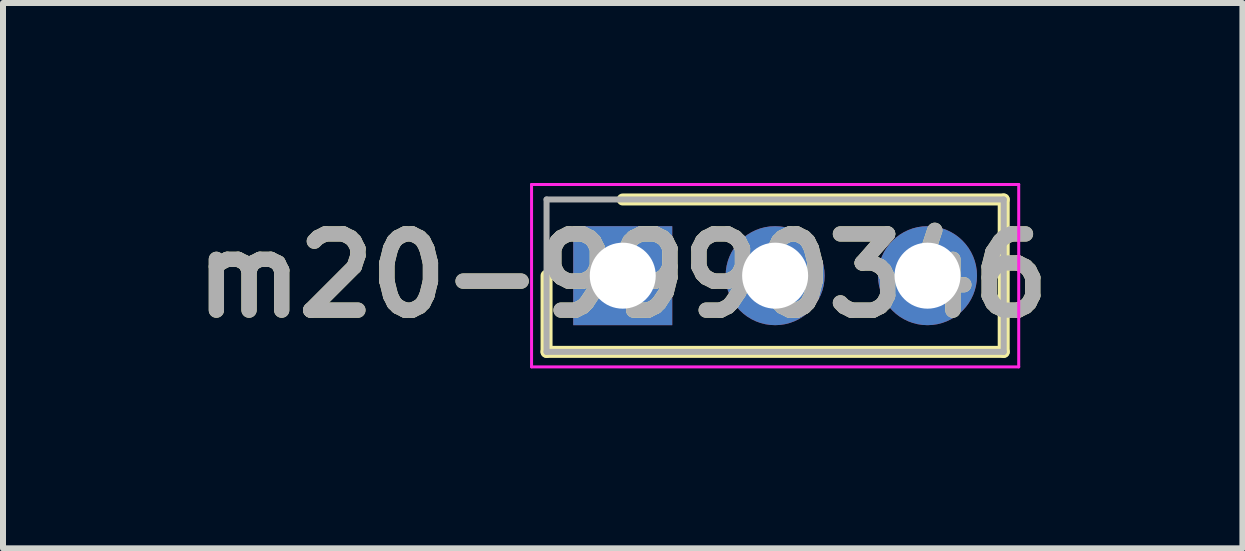
<source format=kicad_pcb>
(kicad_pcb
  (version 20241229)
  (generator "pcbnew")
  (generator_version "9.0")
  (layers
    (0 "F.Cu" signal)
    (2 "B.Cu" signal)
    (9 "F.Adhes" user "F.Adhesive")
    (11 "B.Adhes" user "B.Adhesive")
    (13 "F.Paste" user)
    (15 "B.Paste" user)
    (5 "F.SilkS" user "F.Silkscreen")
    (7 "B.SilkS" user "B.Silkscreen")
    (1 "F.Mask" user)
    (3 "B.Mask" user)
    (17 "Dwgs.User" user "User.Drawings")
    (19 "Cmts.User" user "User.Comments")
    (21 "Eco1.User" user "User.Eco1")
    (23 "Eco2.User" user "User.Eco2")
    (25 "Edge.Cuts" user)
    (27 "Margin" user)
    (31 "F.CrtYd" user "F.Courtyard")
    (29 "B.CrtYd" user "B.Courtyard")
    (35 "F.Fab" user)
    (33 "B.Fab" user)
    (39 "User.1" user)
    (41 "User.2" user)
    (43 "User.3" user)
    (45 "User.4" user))
  (footprint "m20-9990346"
    (layer "F.Cu")
    (at 7.33 1.545)
    (property "Reference" "m20-9990346" (at 0 0 0) (layer "F.SilkS") (effects (font (size 1.27 1.27) (thickness 0.254))))
    (attr through_hole)
    (fp_line (start -1.27 0) (end -1.27 1.27) (stroke (width 0.2) (type solid)) (layer "F.SilkS"))
    (fp_line (start -1.27 1.27) (end 6.35 1.27) (stroke (width 0.2) (type solid)) (layer "F.SilkS"))
    (fp_line (start 6.35 -1.27) (end 0 -1.27) (stroke (width 0.2) (type solid)) (layer "F.SilkS"))
    (fp_line (start 6.35 1.27) (end 6.35 -1.27) (stroke (width 0.2) (type solid)) (layer "F.SilkS"))
    (fp_line (start -1.52 -1.52) (end 6.6 -1.52) (stroke (width 0.05) (type solid)) (layer "F.CrtYd"))
    (fp_line (start -1.52 1.52) (end -1.52 -1.52) (stroke (width 0.05) (type solid)) (layer "F.CrtYd"))
    (fp_line (start 6.6 -1.52) (end 6.6 1.52) (stroke (width 0.05) (type solid)) (layer "F.CrtYd"))
    (fp_line (start 6.6 1.52) (end -1.52 1.52) (stroke (width 0.05) (type solid)) (layer "F.CrtYd"))
    (fp_line (start -1.27 -1.27) (end 6.35 -1.27) (stroke (width 0.1) (type solid)) (layer "F.Fab"))
    (fp_line (start -1.27 1.27) (end -1.27 -1.27) (stroke (width 0.1) (type solid)) (layer "F.Fab"))
    (fp_line (start 6.35 -1.27) (end 6.35 1.27) (stroke (width 0.1) (type solid)) (layer "F.Fab"))
    (fp_line (start 6.35 1.27) (end -1.27 1.27) (stroke (width 0.1) (type solid)) (layer "F.Fab"))
    (fp_text user "${REFERENCE}" (at 0 0 0) (layer "F.Fab") (effects (font (size 1.27 1.27) (thickness 0.254))))
    (pad "1" thru_hole rect (at 0 0) (size 1.65 1.65) (drill 1.1) (layers "*.Cu" "*.Mask"))
    (pad "2" thru_hole circle (at 2.54 0) (size 1.65 1.65) (drill 1.1) (layers "*.Cu" "*.Mask"))
    (pad "3" thru_hole circle (at 5.08 0) (size 1.65 1.65) (drill 1.1) (layers "*.Cu" "*.Mask")))
  (gr_rect
    (start -3 -3)
    (end 17.659 6.09)
    (stroke (width 0.1) (type default))
    (fill no)
    (layer "Edge.Cuts")))
</source>
